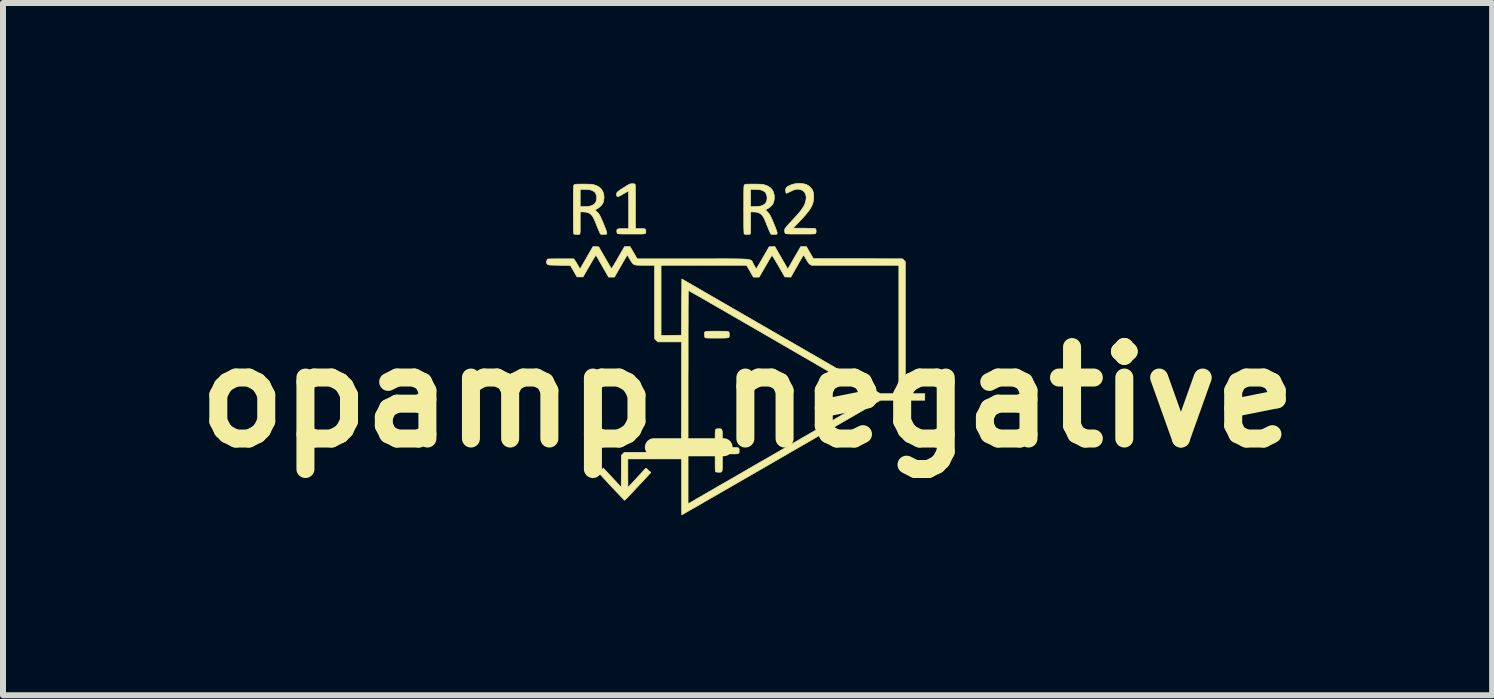
<source format=kicad_pcb>
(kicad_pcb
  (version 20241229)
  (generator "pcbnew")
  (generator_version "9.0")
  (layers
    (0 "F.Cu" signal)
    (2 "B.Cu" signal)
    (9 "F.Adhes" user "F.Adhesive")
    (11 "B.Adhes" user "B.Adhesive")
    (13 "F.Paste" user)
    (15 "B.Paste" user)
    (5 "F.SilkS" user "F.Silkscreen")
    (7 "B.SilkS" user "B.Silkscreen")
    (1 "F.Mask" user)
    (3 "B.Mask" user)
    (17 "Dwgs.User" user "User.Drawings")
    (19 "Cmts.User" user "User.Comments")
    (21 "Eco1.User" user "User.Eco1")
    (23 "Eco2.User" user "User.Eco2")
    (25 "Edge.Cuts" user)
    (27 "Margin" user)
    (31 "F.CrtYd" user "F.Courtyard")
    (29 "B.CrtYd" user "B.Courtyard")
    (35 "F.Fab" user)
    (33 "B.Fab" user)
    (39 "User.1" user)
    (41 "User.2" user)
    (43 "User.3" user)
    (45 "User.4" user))
  (footprint "opamp_negative"
    (layer "F.Cu")
    (at 9.405 3.567)
    (property "Reference" "opamp_negative" (at 0 0 0) (layer "F.SilkS") (effects (font (size 1.524 1.524) (thickness 0.3))))
    (attr through_hole)
    (fp_poly (pts (xy -0.409 -1.098) (xy -0.374 -1.098) (xy -0.348 -1.096) (xy -0.329 -1.094) (xy -0.317 -1.09) (xy -0.309 -1.083) (xy -0.306 -1.075) (xy -0.305 -1.064) (xy -0.305 -1.05) (xy -0.305 -1.041) (xy -0.305 -1.026) (xy -0.305 -1.013) (xy -0.307 -1.003) (xy -0.312 -0.996) (xy -0.322 -0.991) (xy -0.337 -0.988) (xy -0.359 -0.986) (xy -0.39 -0.985) (xy -0.43 -0.984) (xy -0.48 -0.984) (xy -0.511 -0.984) (xy -0.566 -0.984) (xy -0.609 -0.984) (xy -0.643 -0.985) (xy -0.667 -0.985) (xy -0.685 -0.987) (xy -0.697 -0.988) (xy -0.704 -0.99) (xy -0.708 -0.993) (xy -0.711 -0.996) (xy -0.711 -0.997) (xy -0.715 -1.01) (xy -0.717 -1.03) (xy -0.718 -1.041) (xy -0.718 -1.057) (xy -0.717 -1.07) (xy -0.715 -1.079) (xy -0.71 -1.087) (xy -0.7 -1.092) (xy -0.685 -1.095) (xy -0.663 -1.097) (xy -0.633 -1.098) (xy -0.593 -1.099) (xy -0.542 -1.099) (xy -0.511 -1.099) (xy -0.454 -1.099) (xy -0.409 -1.098)) (stroke (width 0.01) (type solid)) (fill yes) (layer "F.SilkS"))
    (fp_poly (pts (xy -0.482 0.527) (xy -0.477 0.527) (xy -0.46 0.527) (xy -0.446 0.529) (xy -0.436 0.533) (xy -0.429 0.542) (xy -0.424 0.556) (xy -0.421 0.577) (xy -0.42 0.607) (xy -0.419 0.646) (xy -0.419 0.697) (xy -0.419 0.838) (xy -0.286 0.838) (xy -0.239 0.838) (xy -0.204 0.839) (xy -0.178 0.84) (xy -0.16 0.843) (xy -0.149 0.848) (xy -0.143 0.856) (xy -0.14 0.867) (xy -0.14 0.881) (xy -0.14 0.892) (xy -0.14 0.909) (xy -0.141 0.923) (xy -0.145 0.932) (xy -0.153 0.939) (xy -0.166 0.943) (xy -0.187 0.945) (xy -0.217 0.946) (xy -0.257 0.946) (xy -0.286 0.946) (xy -0.419 0.946) (xy -0.419 1.088) (xy -0.419 1.138) (xy -0.42 1.176) (xy -0.421 1.205) (xy -0.424 1.225) (xy -0.429 1.238) (xy -0.437 1.246) (xy -0.448 1.25) (xy -0.462 1.251) (xy -0.48 1.251) (xy -0.502 1.25) (xy -0.521 1.247) (xy -0.529 1.244) (xy -0.532 1.241) (xy -0.535 1.235) (xy -0.537 1.226) (xy -0.538 1.211) (xy -0.539 1.188) (xy -0.54 1.157) (xy -0.54 1.115) (xy -0.54 1.092) (xy -0.54 0.946) (xy -0.672 0.946) (xy -0.72 0.946) (xy -0.756 0.946) (xy -0.782 0.944) (xy -0.801 0.941) (xy -0.812 0.936) (xy -0.819 0.928) (xy -0.822 0.917) (xy -0.822 0.902) (xy -0.822 0.892) (xy -0.822 0.875) (xy -0.821 0.862) (xy -0.816 0.853) (xy -0.808 0.846) (xy -0.793 0.842) (xy -0.771 0.839) (xy -0.741 0.838) (xy -0.699 0.838) (xy -0.672 0.838) (xy -0.54 0.838) (xy -0.54 0.689) (xy -0.54 0.64) (xy -0.54 0.601) (xy -0.538 0.573) (xy -0.536 0.553) (xy -0.531 0.54) (xy -0.524 0.532) (xy -0.514 0.528) (xy -0.5 0.527) (xy -0.482 0.527)) (stroke (width 0.01) (type solid)) (fill yes) (layer "F.SilkS"))
    (fp_poly (pts (xy -1.899 -3.555) (xy -1.881 -3.552) (xy -1.875 -3.548) (xy -1.873 -3.543) (xy -1.871 -3.532) (xy -1.87 -3.513) (xy -1.869 -3.486) (xy -1.868 -3.45) (xy -1.868 -3.405) (xy -1.867 -3.349) (xy -1.867 -3.283) (xy -1.867 -3.204) (xy -1.867 -3.174) (xy -1.867 -2.807) (xy -1.785 -2.807) (xy -1.75 -2.807) (xy -1.725 -2.806) (xy -1.709 -2.803) (xy -1.701 -2.797) (xy -1.697 -2.788) (xy -1.695 -2.773) (xy -1.695 -2.762) (xy -1.695 -2.751) (xy -1.695 -2.742) (xy -1.697 -2.734) (xy -1.701 -2.728) (xy -1.71 -2.724) (xy -1.723 -2.721) (xy -1.743 -2.719) (xy -1.77 -2.718) (xy -1.806 -2.718) (xy -1.851 -2.718) (xy -1.908 -2.718) (xy -1.934 -2.718) (xy -1.994 -2.718) (xy -2.043 -2.718) (xy -2.082 -2.718) (xy -2.111 -2.719) (xy -2.133 -2.72) (xy -2.149 -2.721) (xy -2.159 -2.722) (xy -2.166 -2.724) (xy -2.169 -2.727) (xy -2.171 -2.73) (xy -2.171 -2.73) (xy -2.176 -2.745) (xy -2.178 -2.762) (xy -2.178 -2.779) (xy -2.175 -2.79) (xy -2.168 -2.798) (xy -2.156 -2.803) (xy -2.136 -2.806) (xy -2.106 -2.807) (xy -2.073 -2.807) (xy -1.981 -2.807) (xy -1.981 -3.121) (xy -1.981 -3.183) (xy -1.981 -3.241) (xy -1.982 -3.293) (xy -1.982 -3.339) (xy -1.982 -3.378) (xy -1.983 -3.407) (xy -1.983 -3.427) (xy -1.984 -3.435) (xy -1.984 -3.435) (xy -1.99 -3.432) (xy -2.005 -3.424) (xy -2.027 -3.411) (xy -2.054 -3.395) (xy -2.067 -3.388) (xy -2.104 -3.366) (xy -2.132 -3.352) (xy -2.151 -3.343) (xy -2.165 -3.341) (xy -2.174 -3.345) (xy -2.179 -3.354) (xy -2.181 -3.365) (xy -2.183 -3.381) (xy -2.182 -3.394) (xy -2.176 -3.407) (xy -2.165 -3.42) (xy -2.147 -3.435) (xy -2.121 -3.454) (xy -2.086 -3.476) (xy -2.064 -3.49) (xy -2.028 -3.513) (xy -2.001 -3.53) (xy -1.98 -3.541) (xy -1.965 -3.549) (xy -1.952 -3.553) (xy -1.941 -3.555) (xy -1.928 -3.556) (xy -1.921 -3.556) (xy -1.899 -3.555)) (stroke (width 0.01) (type solid)) (fill yes) (layer "F.SilkS"))
    (fp_poly (pts (xy 0.879 -3.561) (xy 0.934 -3.555) (xy 0.98 -3.542) (xy 1.019 -3.521) (xy 1.047 -3.497) (xy 1.07 -3.47) (xy 1.086 -3.443) (xy 1.096 -3.412) (xy 1.101 -3.375) (xy 1.102 -3.337) (xy 1.1 -3.298) (xy 1.095 -3.261) (xy 1.087 -3.226) (xy 1.073 -3.191) (xy 1.054 -3.154) (xy 1.029 -3.116) (xy 0.997 -3.074) (xy 0.958 -3.027) (xy 0.91 -2.974) (xy 0.857 -2.918) (xy 0.76 -2.816) (xy 0.944 -2.815) (xy 0.997 -2.814) (xy 1.04 -2.813) (xy 1.072 -2.813) (xy 1.096 -2.812) (xy 1.113 -2.81) (xy 1.124 -2.808) (xy 1.131 -2.806) (xy 1.134 -2.803) (xy 1.135 -2.802) (xy 1.141 -2.787) (xy 1.143 -2.765) (xy 1.141 -2.744) (xy 1.136 -2.73) (xy 1.134 -2.727) (xy 1.131 -2.724) (xy 1.125 -2.722) (xy 1.115 -2.721) (xy 1.1 -2.72) (xy 1.079 -2.719) (xy 1.05 -2.718) (xy 1.013 -2.718) (xy 0.966 -2.718) (xy 0.908 -2.718) (xy 0.883 -2.718) (xy 0.819 -2.718) (xy 0.767 -2.718) (xy 0.725 -2.718) (xy 0.693 -2.719) (xy 0.668 -2.72) (xy 0.651 -2.721) (xy 0.639 -2.723) (xy 0.632 -2.725) (xy 0.629 -2.727) (xy 0.621 -2.744) (xy 0.618 -2.768) (xy 0.619 -2.792) (xy 0.623 -2.805) (xy 0.63 -2.816) (xy 0.644 -2.833) (xy 0.664 -2.857) (xy 0.69 -2.886) (xy 0.719 -2.918) (xy 0.743 -2.944) (xy 0.79 -2.995) (xy 0.829 -3.038) (xy 0.861 -3.075) (xy 0.887 -3.107) (xy 0.908 -3.136) (xy 0.926 -3.163) (xy 0.94 -3.188) (xy 0.943 -3.193) (xy 0.964 -3.244) (xy 0.975 -3.293) (xy 0.977 -3.337) (xy 0.969 -3.377) (xy 0.952 -3.411) (xy 0.927 -3.437) (xy 0.892 -3.456) (xy 0.884 -3.458) (xy 0.851 -3.465) (xy 0.818 -3.464) (xy 0.783 -3.456) (xy 0.743 -3.441) (xy 0.718 -3.428) (xy 0.693 -3.416) (xy 0.671 -3.405) (xy 0.656 -3.399) (xy 0.65 -3.397) (xy 0.642 -3.402) (xy 0.637 -3.417) (xy 0.635 -3.443) (xy 0.635 -3.449) (xy 0.637 -3.472) (xy 0.646 -3.49) (xy 0.663 -3.506) (xy 0.69 -3.521) (xy 0.701 -3.527) (xy 0.753 -3.547) (xy 0.805 -3.558) (xy 0.863 -3.562) (xy 0.879 -3.561)) (stroke (width 0.01) (type solid)) (fill yes) (layer "F.SilkS"))
    (fp_poly (pts (xy -2.685 -3.549) (xy -2.643 -3.548) (xy -2.61 -3.547) (xy -2.585 -3.544) (xy -2.566 -3.541) (xy -2.563 -3.54) (xy -2.509 -3.521) (xy -2.465 -3.495) (xy -2.432 -3.461) (xy -2.408 -3.419) (xy -2.394 -3.37) (xy -2.394 -3.368) (xy -2.391 -3.33) (xy -2.395 -3.289) (xy -2.403 -3.25) (xy -2.413 -3.226) (xy -2.429 -3.202) (xy -2.454 -3.177) (xy -2.482 -3.153) (xy -2.509 -3.137) (xy -2.526 -3.128) (xy -2.537 -3.122) (xy -2.539 -3.121) (xy -2.536 -3.116) (xy -2.525 -3.105) (xy -2.51 -3.09) (xy -2.51 -3.09) (xy -2.495 -3.075) (xy -2.482 -3.059) (xy -2.469 -3.041) (xy -2.456 -3.017) (xy -2.442 -2.987) (xy -2.425 -2.95) (xy -2.405 -2.903) (xy -2.391 -2.869) (xy -2.373 -2.823) (xy -2.359 -2.787) (xy -2.35 -2.76) (xy -2.345 -2.741) (xy -2.344 -2.728) (xy -2.347 -2.72) (xy -2.353 -2.715) (xy -2.353 -2.715) (xy -2.366 -2.713) (xy -2.387 -2.712) (xy -2.411 -2.712) (xy -2.432 -2.713) (xy -2.446 -2.715) (xy -2.447 -2.715) (xy -2.453 -2.722) (xy -2.462 -2.739) (xy -2.473 -2.765) (xy -2.487 -2.797) (xy -2.502 -2.833) (xy -2.517 -2.871) (xy -2.532 -2.909) (xy -2.546 -2.942) (xy -2.558 -2.968) (xy -2.565 -2.984) (xy -2.59 -3.024) (xy -2.618 -3.053) (xy -2.652 -3.072) (xy -2.694 -3.083) (xy -2.741 -3.086) (xy -2.788 -3.086) (xy -2.788 -2.903) (xy -2.788 -2.849) (xy -2.788 -2.807) (xy -2.788 -2.774) (xy -2.789 -2.751) (xy -2.791 -2.734) (xy -2.792 -2.724) (xy -2.794 -2.718) (xy -2.797 -2.715) (xy -2.798 -2.715) (xy -2.812 -2.712) (xy -2.833 -2.711) (xy -2.856 -2.712) (xy -2.877 -2.714) (xy -2.891 -2.717) (xy -2.894 -2.719) (xy -2.896 -2.724) (xy -2.897 -2.735) (xy -2.899 -2.754) (xy -2.9 -2.78) (xy -2.9 -2.815) (xy -2.901 -2.86) (xy -2.901 -2.915) (xy -2.902 -2.98) (xy -2.902 -3.057) (xy -2.902 -3.125) (xy -2.902 -3.173) (xy -2.788 -3.173) (xy -2.707 -3.176) (xy -2.67 -3.178) (xy -2.643 -3.18) (xy -2.622 -3.184) (xy -2.605 -3.189) (xy -2.594 -3.193) (xy -2.574 -3.203) (xy -2.557 -3.213) (xy -2.551 -3.218) (xy -2.531 -3.244) (xy -2.518 -3.278) (xy -2.513 -3.315) (xy -2.516 -3.354) (xy -2.528 -3.389) (xy -2.539 -3.408) (xy -2.553 -3.422) (xy -2.573 -3.434) (xy -2.58 -3.438) (xy -2.597 -3.446) (xy -2.611 -3.451) (xy -2.628 -3.455) (xy -2.649 -3.457) (xy -2.677 -3.459) (xy -2.703 -3.46) (xy -2.788 -3.462) (xy -2.788 -3.173) (xy -2.902 -3.173) (xy -2.902 -3.206) (xy -2.902 -3.276) (xy -2.902 -3.334) (xy -2.902 -3.383) (xy -2.901 -3.423) (xy -2.901 -3.455) (xy -2.9 -3.479) (xy -2.899 -3.498) (xy -2.898 -3.512) (xy -2.897 -3.522) (xy -2.895 -3.528) (xy -2.893 -3.533) (xy -2.89 -3.536) (xy -2.889 -3.537) (xy -2.884 -3.541) (xy -2.878 -3.544) (xy -2.869 -3.547) (xy -2.854 -3.548) (xy -2.833 -3.549) (xy -2.804 -3.549) (xy -2.765 -3.55) (xy -2.738 -3.55) (xy -2.685 -3.549)) (stroke (width 0.01) (type solid)) (fill yes) (layer "F.SilkS"))
    (fp_poly (pts (xy 0.153 -3.549) (xy 0.196 -3.548) (xy 0.228 -3.547) (xy 0.253 -3.544) (xy 0.272 -3.541) (xy 0.275 -3.54) (xy 0.329 -3.521) (xy 0.373 -3.495) (xy 0.407 -3.461) (xy 0.43 -3.419) (xy 0.444 -3.37) (xy 0.445 -3.368) (xy 0.447 -3.33) (xy 0.444 -3.289) (xy 0.435 -3.25) (xy 0.426 -3.226) (xy 0.409 -3.202) (xy 0.385 -3.177) (xy 0.356 -3.153) (xy 0.329 -3.137) (xy 0.313 -3.128) (xy 0.302 -3.122) (xy 0.3 -3.121) (xy 0.303 -3.116) (xy 0.313 -3.105) (xy 0.329 -3.09) (xy 0.329 -3.09) (xy 0.343 -3.075) (xy 0.356 -3.059) (xy 0.369 -3.041) (xy 0.382 -3.017) (xy 0.397 -2.987) (xy 0.414 -2.95) (xy 0.433 -2.903) (xy 0.447 -2.869) (xy 0.466 -2.823) (xy 0.479 -2.787) (xy 0.488 -2.76) (xy 0.493 -2.741) (xy 0.494 -2.728) (xy 0.491 -2.72) (xy 0.486 -2.715) (xy 0.485 -2.715) (xy 0.472 -2.713) (xy 0.451 -2.712) (xy 0.428 -2.712) (xy 0.407 -2.713) (xy 0.392 -2.715) (xy 0.391 -2.715) (xy 0.386 -2.722) (xy 0.377 -2.739) (xy 0.365 -2.765) (xy 0.351 -2.797) (xy 0.337 -2.833) (xy 0.321 -2.871) (xy 0.306 -2.909) (xy 0.292 -2.942) (xy 0.281 -2.968) (xy 0.273 -2.984) (xy 0.249 -3.024) (xy 0.22 -3.053) (xy 0.186 -3.072) (xy 0.145 -3.083) (xy 0.097 -3.086) (xy 0.051 -3.086) (xy 0.051 -2.903) (xy 0.051 -2.849) (xy 0.05 -2.807) (xy 0.05 -2.774) (xy 0.049 -2.751) (xy 0.048 -2.734) (xy 0.046 -2.724) (xy 0.044 -2.718) (xy 0.041 -2.715) (xy 0.041 -2.715) (xy 0.026 -2.712) (xy 0.005 -2.711) (xy -0.017 -2.712) (xy -0.038 -2.714) (xy -0.053 -2.717) (xy -0.056 -2.719) (xy -0.058 -2.724) (xy -0.059 -2.735) (xy -0.06 -2.754) (xy -0.061 -2.78) (xy -0.062 -2.815) (xy -0.063 -2.86) (xy -0.063 -2.915) (xy -0.063 -2.98) (xy -0.063 -3.057) (xy -0.064 -3.125) (xy -0.063 -3.173) (xy 0.051 -3.173) (xy 0.132 -3.176) (xy 0.169 -3.178) (xy 0.196 -3.18) (xy 0.217 -3.184) (xy 0.234 -3.189) (xy 0.244 -3.193) (xy 0.265 -3.203) (xy 0.282 -3.213) (xy 0.288 -3.218) (xy 0.308 -3.244) (xy 0.321 -3.278) (xy 0.326 -3.315) (xy 0.322 -3.354) (xy 0.31 -3.389) (xy 0.299 -3.408) (xy 0.286 -3.422) (xy 0.266 -3.434) (xy 0.258 -3.438) (xy 0.242 -3.446) (xy 0.227 -3.451) (xy 0.211 -3.455) (xy 0.19 -3.457) (xy 0.162 -3.459) (xy 0.136 -3.46) (xy 0.051 -3.462) (xy 0.051 -3.173) (xy -0.063 -3.173) (xy -0.063 -3.206) (xy -0.063 -3.276) (xy -0.063 -3.334) (xy -0.063 -3.383) (xy -0.063 -3.423) (xy -0.062 -3.455) (xy -0.062 -3.479) (xy -0.061 -3.498) (xy -0.06 -3.512) (xy -0.058 -3.522) (xy -0.056 -3.528) (xy -0.054 -3.533) (xy -0.052 -3.536) (xy -0.051 -3.537) (xy -0.046 -3.541) (xy -0.04 -3.544) (xy -0.03 -3.547) (xy -0.016 -3.548) (xy 0.005 -3.549) (xy 0.034 -3.549) (xy 0.074 -3.55) (xy 0.1 -3.55) (xy 0.153 -3.549)) (stroke (width 0.01) (type solid)) (fill yes) (layer "F.SilkS"))
    (fp_poly (pts (xy 0.563 -2.321) (xy 0.671 -2.134) (xy 0.778 -2.321) (xy 0.886 -2.508) (xy 0.981 -2.508) (xy 1.096 -2.308) (xy 1.838 -2.307) (xy 2.581 -2.305) (xy 2.605 -2.282) (xy 2.629 -2.258) (xy 2.629 -1.158) (xy 2.629 -0.057) (xy 2.953 -0.057) (xy 2.953 0.051) (xy 2.217 0.051) (xy 0.562 1.006) (xy 0.428 1.084) (xy 0.296 1.16) (xy 0.168 1.234) (xy 0.044 1.306) (xy -0.077 1.375) (xy -0.192 1.442) (xy -0.303 1.506) (xy -0.408 1.566) (xy -0.508 1.624) (xy -0.601 1.677) (xy -0.688 1.727) (xy -0.767 1.773) (xy -0.839 1.815) (xy -0.903 1.851) (xy -0.959 1.883) (xy -1.005 1.91) (xy -1.043 1.932) (xy -1.071 1.948) (xy -1.089 1.958) (xy -1.096 1.962) (xy -1.096 1.962) (xy -1.096 1.956) (xy -1.097 1.938) (xy -1.097 1.909) (xy -1.098 1.871) (xy -1.098 1.824) (xy -1.098 1.769) (xy -1.098 1.708) (xy -1.098 1.64) (xy -1.099 1.568) (xy -1.099 1.495) (xy -1.099 1.029) (xy -1.994 1.029) (xy -1.994 1.268) (xy -1.994 1.321) (xy -1.994 1.371) (xy -1.993 1.414) (xy -1.993 1.451) (xy -1.993 1.479) (xy -1.992 1.497) (xy -1.992 1.504) (xy -1.992 1.504) (xy -1.987 1.499) (xy -1.974 1.485) (xy -1.956 1.465) (xy -1.932 1.44) (xy -1.905 1.411) (xy -1.876 1.379) (xy -1.845 1.346) (xy -1.815 1.313) (xy -1.786 1.282) (xy -1.759 1.253) (xy -1.737 1.229) (xy -1.72 1.211) (xy -1.709 1.199) (xy -1.706 1.196) (xy -1.692 1.182) (xy -1.611 1.256) (xy -1.826 1.487) (xy -1.868 1.532) (xy -1.908 1.575) (xy -1.945 1.614) (xy -1.977 1.648) (xy -2.004 1.676) (xy -2.025 1.698) (xy -2.04 1.712) (xy -2.047 1.719) (xy -2.047 1.719) (xy -2.053 1.715) (xy -2.065 1.702) (xy -2.085 1.682) (xy -2.11 1.656) (xy -2.139 1.626) (xy -2.172 1.591) (xy -2.208 1.553) (xy -2.245 1.514) (xy -2.283 1.473) (xy -2.32 1.434) (xy -2.355 1.395) (xy -2.388 1.36) (xy -2.418 1.328) (xy -2.443 1.3) (xy -2.462 1.279) (xy -2.475 1.264) (xy -2.48 1.257) (xy -2.48 1.257) (xy -2.475 1.251) (xy -2.464 1.239) (xy -2.447 1.223) (xy -2.441 1.217) (xy -2.402 1.182) (xy -2.254 1.341) (xy -2.105 1.501) (xy -2.102 0.968) (xy -2.078 0.944) (xy -2.054 0.921) (xy -1.578 0.919) (xy -1.102 0.918) (xy -1.1 0.000146) (xy -0.991 0.000146) (xy -0.991 1.778) (xy -0.976 1.769) (xy -0.97 1.765) (xy -0.952 1.755) (xy -0.925 1.74) (xy -0.888 1.718) (xy -0.842 1.691) (xy -0.787 1.66) (xy -0.724 1.623) (xy -0.653 1.582) (xy -0.574 1.537) (xy -0.489 1.487) (xy -0.397 1.434) (xy -0.299 1.378) (xy -0.195 1.318) (xy -0.086 1.255) (xy 0.027 1.189) (xy 0.145 1.121) (xy 0.267 1.051) (xy 0.392 0.979) (xy 0.52 0.905) (xy 0.559 0.883) (xy 0.687 0.808) (xy 0.813 0.736) (xy 0.936 0.665) (xy 1.055 0.596) (xy 1.169 0.53) (xy 1.279 0.467) (xy 1.384 0.406) (xy 1.483 0.349) (xy 1.577 0.295) (xy 1.664 0.245) (xy 1.744 0.198) (xy 1.816 0.156) (xy 1.881 0.118) (xy 1.938 0.086) (xy 1.986 0.058) (xy 2.026 0.035) (xy 2.055 0.018) (xy 2.075 0.006) (xy 2.084 0.001) (xy 2.085 0.000294) (xy 2.08 -0.003) (xy 2.064 -0.013) (xy 2.039 -0.028) (xy 2.004 -0.048) (xy 1.96 -0.074) (xy 1.908 -0.105) (xy 1.848 -0.14) (xy 1.781 -0.179) (xy 1.707 -0.222) (xy 1.627 -0.268) (xy 1.542 -0.318) (xy 1.451 -0.371) (xy 1.356 -0.426) (xy 1.256 -0.484) (xy 1.154 -0.543) (xy 1.048 -0.605) (xy 0.94 -0.667) (xy 0.83 -0.731) (xy 0.718 -0.796) (xy 0.606 -0.861) (xy 0.494 -0.926) (xy 0.382 -0.991) (xy 0.27 -1.055) (xy 0.16 -1.119) (xy 0.052 -1.182) (xy -0.054 -1.243) (xy -0.157 -1.302) (xy -0.256 -1.359) (xy -0.351 -1.414) (xy -0.442 -1.467) (xy -0.528 -1.516) (xy -0.608 -1.562) (xy -0.682 -1.605) (xy -0.749 -1.643) (xy -0.809 -1.678) (xy -0.861 -1.707) (xy -0.905 -1.732) (xy -0.94 -1.752) (xy -0.965 -1.767) (xy -0.981 -1.775) (xy -0.986 -1.778) (xy -0.987 -1.772) (xy -0.987 -1.753) (xy -0.987 -1.723) (xy -0.988 -1.682) (xy -0.988 -1.63) (xy -0.988 -1.568) (xy -0.989 -1.496) (xy -0.989 -1.415) (xy -0.989 -1.325) (xy -0.989 -1.228) (xy -0.99 -1.122) (xy -0.99 -1.01) (xy -0.99 -0.891) (xy -0.99 -0.766) (xy -0.99 -0.635) (xy -0.99 -0.499) (xy -0.991 -0.359) (xy -0.991 -0.214) (xy -0.991 -0.066) (xy -0.991 0.000146) (xy -1.1 0.000146) (xy -1.1 -0.002) (xy -1.099 -0.921) (xy -1.297 -0.921) (xy -1.495 -0.921) (xy -1.522 -0.947) (xy -1.549 -0.974) (xy -1.549 -2.197) (xy -1.441 -2.197) (xy -1.441 -1.028) (xy -1.272 -1.03) (xy -1.102 -1.032) (xy -1.099 -1.5) (xy -1.095 -1.969) (xy 2.213 -0.058) (xy 2.367 -0.058) (xy 2.521 -0.057) (xy 2.521 -2.197) (xy 1.794 -2.197) (xy 1.066 -2.197) (xy 1.042 -2.211) (xy 1.03 -2.22) (xy 1.018 -2.233) (xy 1.004 -2.252) (xy 0.987 -2.28) (xy 0.977 -2.297) (xy 0.962 -2.323) (xy 0.949 -2.346) (xy 0.939 -2.361) (xy 0.934 -2.368) (xy 0.933 -2.368) (xy 0.93 -2.363) (xy 0.92 -2.348) (xy 0.906 -2.324) (xy 0.888 -2.293) (xy 0.867 -2.257) (xy 0.843 -2.215) (xy 0.826 -2.184) (xy 0.721 -2) (xy 0.621 -2.003) (xy 0.516 -2.186) (xy 0.486 -2.237) (xy 0.462 -2.278) (xy 0.443 -2.309) (xy 0.429 -2.332) (xy 0.418 -2.348) (xy 0.41 -2.357) (xy 0.405 -2.36) (xy 0.403 -2.36) (xy 0.398 -2.352) (xy 0.388 -2.334) (xy 0.373 -2.309) (xy 0.354 -2.277) (xy 0.332 -2.239) (xy 0.308 -2.197) (xy 0.295 -2.175) (xy 0.194 -2) (xy 0.097 -2) (xy 0.041 -2.099) (xy -0.016 -2.197) (xy -1.441 -2.197) (xy -1.549 -2.197) (xy -1.709 -2.197) (xy -1.763 -2.197) (xy -1.806 -2.198) (xy -1.84 -2.199) (xy -1.867 -2.202) (xy -1.887 -2.208) (xy -1.903 -2.217) (xy -1.917 -2.23) (xy -1.93 -2.248) (xy -1.944 -2.27) (xy -1.96 -2.297) (xy -1.976 -2.324) (xy -1.989 -2.345) (xy -2 -2.359) (xy -2.006 -2.364) (xy -2.006 -2.364) (xy -2.011 -2.358) (xy -2.02 -2.341) (xy -2.035 -2.317) (xy -2.053 -2.285) (xy -2.075 -2.248) (xy -2.099 -2.206) (xy -2.114 -2.18) (xy -2.217 -2) (xy -2.266 -2) (xy -2.315 -2) (xy -2.419 -2.181) (xy -2.444 -2.225) (xy -2.467 -2.265) (xy -2.487 -2.3) (xy -2.504 -2.329) (xy -2.517 -2.35) (xy -2.525 -2.362) (xy -2.527 -2.365) (xy -2.531 -2.36) (xy -2.54 -2.346) (xy -2.554 -2.323) (xy -2.573 -2.293) (xy -2.594 -2.256) (xy -2.618 -2.215) (xy -2.636 -2.185) (xy -2.741 -2.003) (xy -2.841 -2.003) (xy -2.951 -2.194) (xy -3.135 -2.197) (xy -3.189 -2.198) (xy -3.231 -2.199) (xy -3.264 -2.2) (xy -3.288 -2.201) (xy -3.306 -2.203) (xy -3.318 -2.205) (xy -3.325 -2.207) (xy -3.331 -2.21) (xy -3.333 -2.212) (xy -3.344 -2.227) (xy -3.35 -2.242) (xy -3.349 -2.261) (xy -3.342 -2.281) (xy -3.331 -2.296) (xy -3.324 -2.301) (xy -3.315 -2.302) (xy -3.296 -2.303) (xy -3.266 -2.304) (xy -3.229 -2.304) (xy -3.185 -2.305) (xy -3.137 -2.305) (xy -3.105 -2.305) (xy -2.897 -2.305) (xy -2.883 -2.288) (xy -2.874 -2.275) (xy -2.861 -2.255) (xy -2.845 -2.229) (xy -2.83 -2.202) (xy -2.79 -2.135) (xy -2.683 -2.322) (xy -2.575 -2.509) (xy -2.527 -2.507) (xy -2.48 -2.505) (xy -2.375 -2.323) (xy -2.35 -2.279) (xy -2.326 -2.239) (xy -2.306 -2.204) (xy -2.289 -2.176) (xy -2.276 -2.155) (xy -2.268 -2.143) (xy -2.266 -2.14) (xy -2.262 -2.145) (xy -2.253 -2.16) (xy -2.238 -2.184) (xy -2.22 -2.215) (xy -2.198 -2.251) (xy -2.174 -2.292) (xy -2.156 -2.324) (xy -2.05 -2.508) (xy -2.003 -2.508) (xy -1.957 -2.508) (xy -1.898 -2.407) (xy -1.839 -2.305) (xy -0.909 -2.305) (xy -0.78 -2.305) (xy -0.663 -2.305) (xy -0.557 -2.305) (xy -0.462 -2.306) (xy -0.377 -2.306) (xy -0.302 -2.305) (xy -0.236 -2.305) (xy -0.178 -2.304) (xy -0.129 -2.303) (xy -0.086 -2.302) (xy -0.05 -2.3) (xy -0.02 -2.298) (xy 0.005 -2.295) (xy 0.025 -2.292) (xy 0.041 -2.287) (xy 0.054 -2.283) (xy 0.064 -2.277) (xy 0.071 -2.27) (xy 0.077 -2.263) (xy 0.082 -2.254) (xy 0.086 -2.245) (xy 0.09 -2.234) (xy 0.096 -2.223) (xy 0.102 -2.21) (xy 0.103 -2.209) (xy 0.118 -2.183) (xy 0.131 -2.161) (xy 0.141 -2.146) (xy 0.146 -2.14) (xy 0.146 -2.14) (xy 0.15 -2.145) (xy 0.159 -2.16) (xy 0.173 -2.184) (xy 0.192 -2.214) (xy 0.213 -2.251) (xy 0.237 -2.292) (xy 0.255 -2.323) (xy 0.36 -2.505) (xy 0.455 -2.509) (xy 0.563 -2.321)) (stroke (width 0.01) (type solid)) (fill yes) (layer "F.SilkS")))
  (gr_rect
    (start -3 -3)
    (end 21.811 8.534)
    (stroke (width 0.1) (type default))
    (fill no)
    (layer "Edge.Cuts")))
</source>
